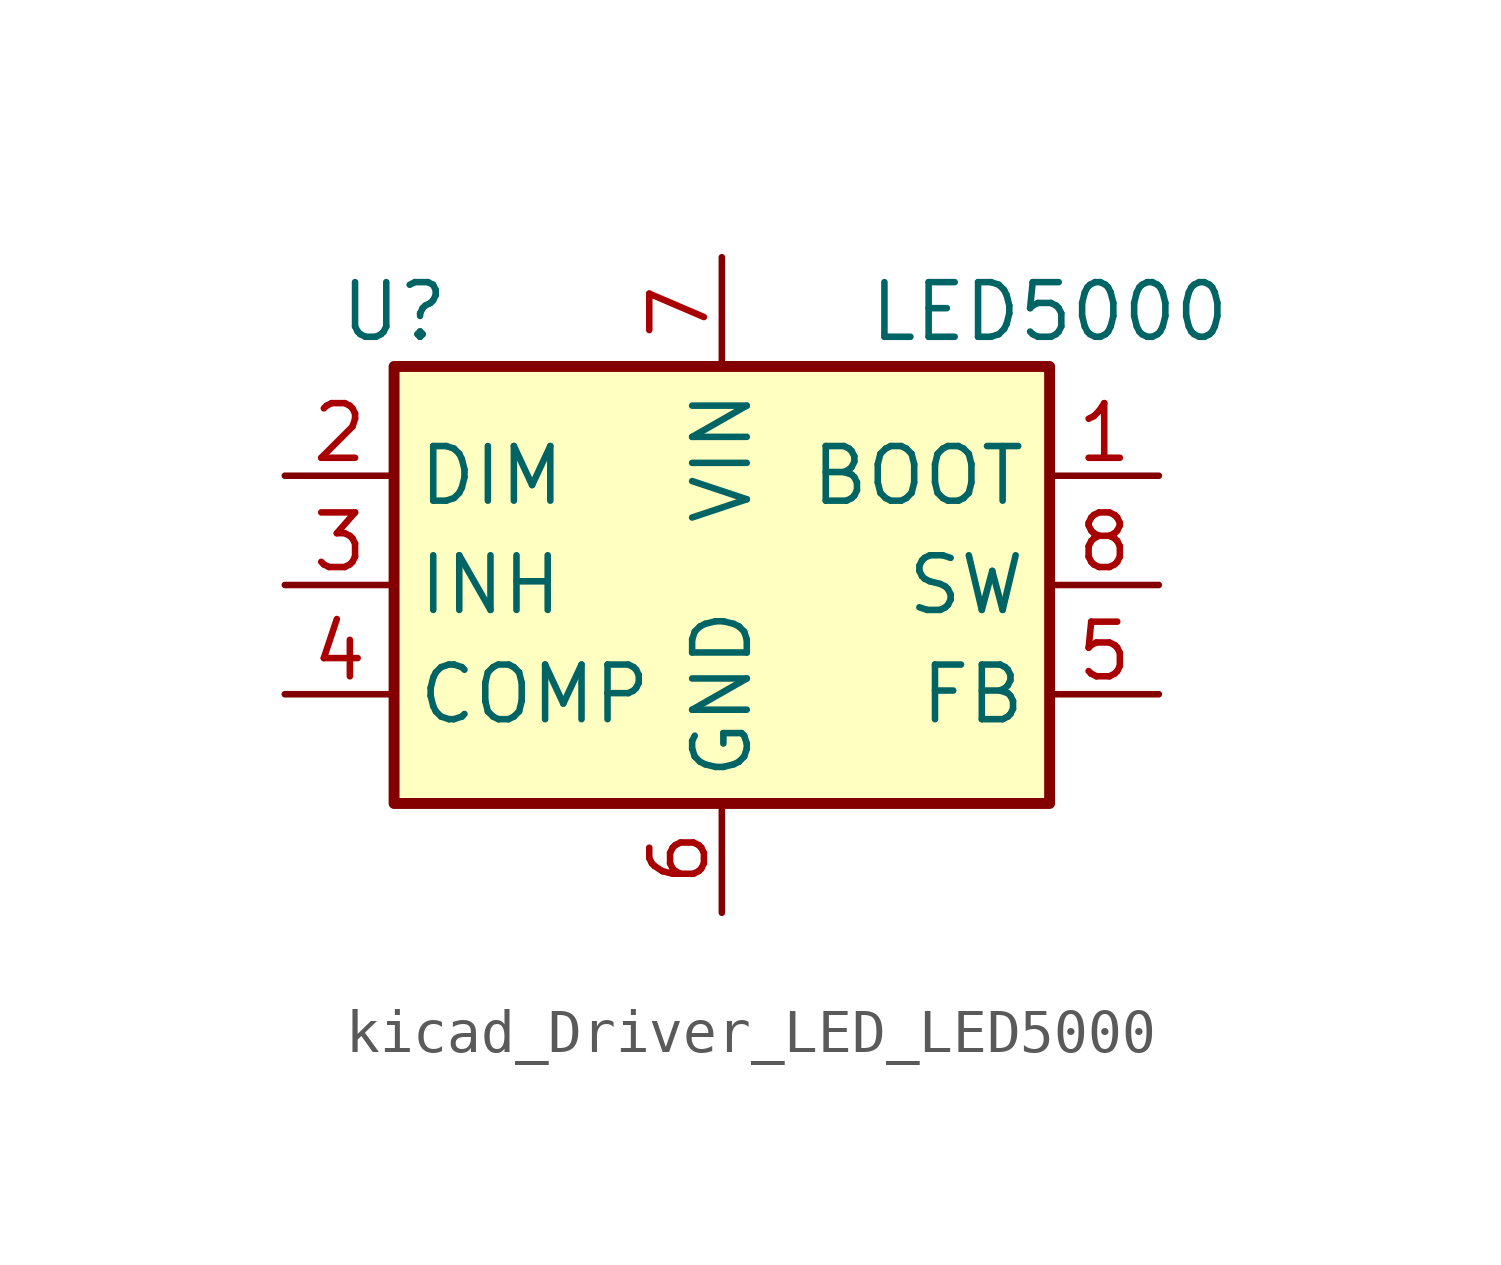
<source format=kicad_sym>
(kicad_symbol_lib
  (version 20220914)
  (generator kicad_symbol_editor)
  (symbol "kicad_Driver_LED_LED5000"
    (property "Reference" "U"
      (at -7.62 6.35 0)
      (effects (font (size 1.27 1.27))))
    (property "Value" "LED5000"
      (at 7.62 6.35 0)
      (effects (font (size 1.27 1.27))))
    (symbol "kicad_Driver_LED_LED5000_1_0"
      (pin passive line (at 10.16 2.54 180) (length 2.54) (name "BOOT" (effects (font (size 1.27 1.27)))) (number "1" (effects (font (size 1.27 1.27)))))
      (pin input line (at -10.16 2.54 0) (length 2.54) (name "DIM" (effects (font (size 1.27 1.27)))) (number "2" (effects (font (size 1.27 1.27)))))
      (pin input line (at -10.16 0 0) (length 2.54) (name "INH" (effects (font (size 1.27 1.27)))) (number "3" (effects (font (size 1.27 1.27)))))
      (pin passive line (at -10.16 -2.54 0) (length 2.54) (name "COMP" (effects (font (size 1.27 1.27)))) (number "4" (effects (font (size 1.27 1.27)))))
      (pin input line (at 10.16 -2.54 180) (length 2.54) (name "FB" (effects (font (size 1.27 1.27)))) (number "5" (effects (font (size 1.27 1.27)))))
      (pin power_in line (at 0 -7.62 90) (length 2.54) (name "GND" (effects (font (size 1.27 1.27)))) (number "6" (effects (font (size 1.27 1.27)))))
      (pin power_in line (at 0 7.62 270) (length 2.54) (name "VIN" (effects (font (size 1.27 1.27)))) (number "7" (effects (font (size 1.27 1.27)))))
      (pin output line (at 10.16 0 180) (length 2.54) (name "SW" (effects (font (size 1.27 1.27)))) (number "8" (effects (font (size 1.27 1.27)))))
      (pin passive line (at 0 -7.62 90) (length 2.54) hide (name "GND" (effects (font (size 1.27 1.27)))) (number "9" (effects (font (size 1.27 1.27))))))
    (symbol "kicad_Driver_LED_LED5000_1_1"
      (rectangle (start -7.62 5.08) (end 7.62 -5.08) (stroke (width 0.254) (type default)) (fill (type background))))))
</source>
